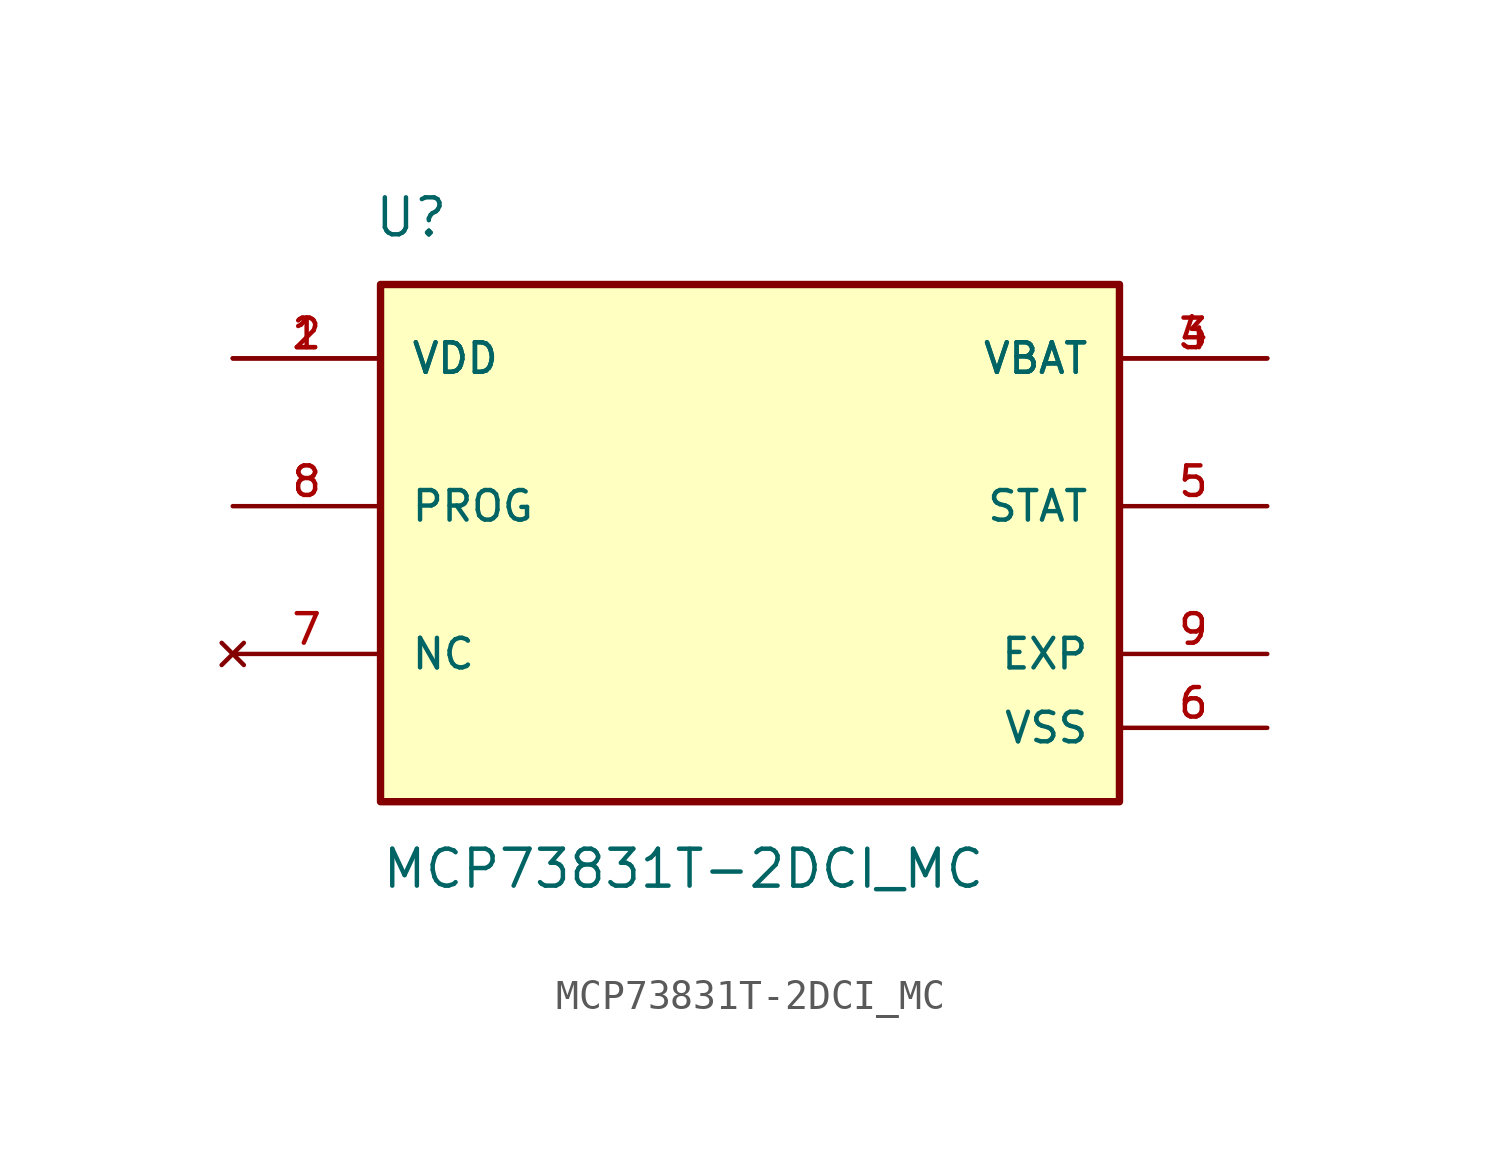
<source format=kicad_sym>
(kicad_symbol_lib
  (version 20211014)
  (generator kicad_symbol_editor)
  (symbol "MCP73831T-2DCI_MC"
    (pin_names
      (offset 1.016))
    (property "Reference" "U"
      (at -12.954 10.668 0)
      (effects (font (size 1.27 1.27)) (justify top left)))
    (property "Value" "MCP73831T-2DCI_MC"
      (at -12.7 -13.208 0)
      (effects (font (size 1.27 1.27)) (justify bottom left)))
    (symbol "MCP73831T-2DCI_MC_0_0"
      (rectangle (start -12.7 -10.16) (end 12.7 7.62) (stroke (width 0.254)) (fill (type background)))
      (pin input line (at -17.78 5.08 0) (length 5.08) (name "VDD" (effects (font (size 1.016 1.016)))) (number "1" (effects (font (size 1.016 1.016)))))
      (pin input line (at -17.78 5.08 0) (length 5.08) (name "VDD" (effects (font (size 1.016 1.016)))) (number "2" (effects (font (size 1.016 1.016)))))
      (pin output line (at 17.78 0.0 180.0) (length 5.08) (name "STAT" (effects (font (size 1.016 1.016)))) (number "5" (effects (font (size 1.016 1.016)))))
      (pin output line (at 17.78 5.08 180.0) (length 5.08) (name "VBAT" (effects (font (size 1.016 1.016)))) (number "3" (effects (font (size 1.016 1.016)))))
      (pin output line (at 17.78 5.08 180.0) (length 5.08) (name "VBAT" (effects (font (size 1.016 1.016)))) (number "4" (effects (font (size 1.016 1.016)))))
      (pin input line (at -17.78 0.0 0) (length 5.08) (name "PROG" (effects (font (size 1.016 1.016)))) (number "8" (effects (font (size 1.016 1.016)))))
      (pin power_in line (at 17.78 -7.62 180.0) (length 5.08) (name "VSS" (effects (font (size 1.016 1.016)))) (number "6" (effects (font (size 1.016 1.016)))))
      (pin power_in line (at 17.78 -5.08 180.0) (length 5.08) (name "EXP" (effects (font (size 1.016 1.016)))) (number "9" (effects (font (size 1.016 1.016)))))
      (pin no_connect line (at -17.78 -5.08 0) (length 5.08) (name "NC" (effects (font (size 1.016 1.016)))) (number "7" (effects (font (size 1.016 1.016))))))))
</source>
